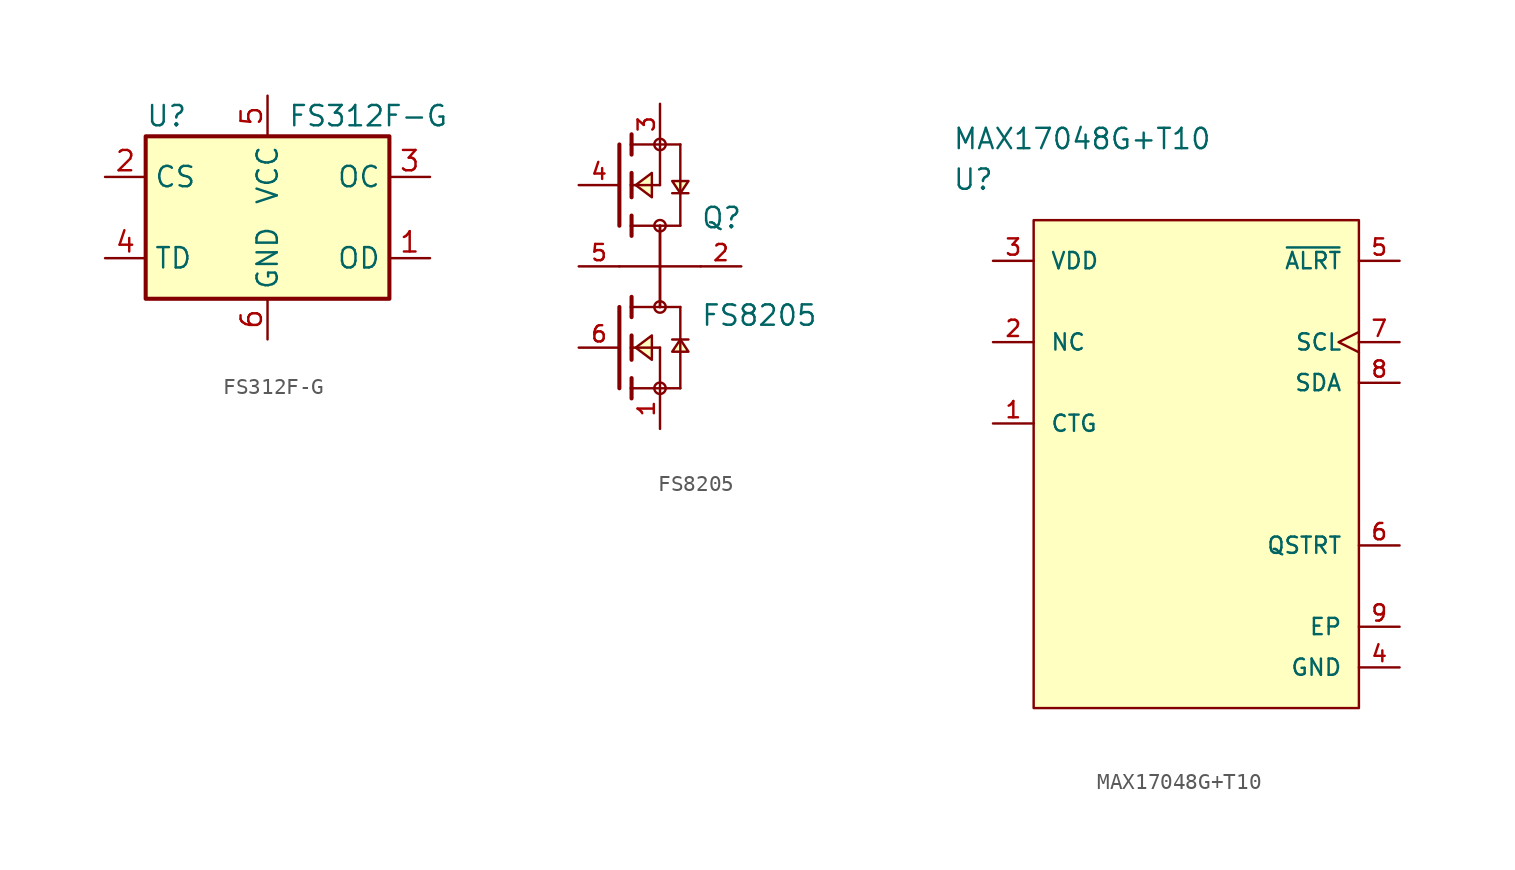
<source format=kicad_sym>
(kicad_symbol_lib
  (version 20220914)
  (generator kicad_symbol_editor)
  (symbol "FS312F-G"
    (property "Reference" "U"
      (at -7.62 6.35 0)
      (effects (font (size 1.27 1.27)) (justify left)))
    (property "Value" "FS312F-G"
      (at 1.27 6.35 0)
      (effects (font (size 1.27 1.27)) (justify left)))
    (symbol "FS312F-G_0_1"
      (rectangle (start -7.62 5.08) (end 7.62 -5.08) (stroke (width 0.254) (type default)) (fill (type background))))
    (symbol "FS312F-G_1_1"
      (pin output line (at 10.16 -2.54 180) (length 2.54) (name "OD" (effects (font (size 1.27 1.27)))) (number "1" (effects (font (size 1.27 1.27)))))
      (pin input line (at -10.16 2.54 0) (length 2.54) (name "CS" (effects (font (size 1.27 1.27)))) (number "2" (effects (font (size 1.27 1.27)))))
      (pin output line (at 10.16 2.54 180) (length 2.54) (name "OC" (effects (font (size 1.27 1.27)))) (number "3" (effects (font (size 1.27 1.27)))))
      (pin passive line (at -10.16 -2.54 0) (length 2.54) (name "TD" (effects (font (size 1.27 1.27)))) (number "4" (effects (font (size 1.27 1.27)))))
      (pin power_in line (at 0 7.62 270) (length 2.54) (name "VCC" (effects (font (size 1.27 1.27)))) (number "5" (effects (font (size 1.27 1.27)))))
      (pin power_in line (at 0 -7.62 90) (length 2.54) (name "GND" (effects (font (size 1.27 1.27)))) (number "6" (effects (font (size 1.27 1.27)))))))
  (symbol "FS8205"
    (pin_names
      (offset 1.016) hide)
    (property "Reference" "Q"
      (at 2.54 2.286 0)
      (effects (font (size 1.27 1.27)) (justify left bottom)))
    (property "Value" "FS8205"
      (at 2.54 -3.81 0)
      (effects (font (size 1.27 1.27)) (justify left bottom)))
    (symbol "FS8205_0_0"
      (circle (center 0 -7.62) (radius 0.356) (stroke (width 0) (type default)) (fill (type none)))
      (circle (center 0 -2.54) (radius 0.356) (stroke (width 0) (type default)) (fill (type none)))
      (polyline (pts (xy -2.54 -2.54) (xy -2.54 -7.62)) (stroke (width 0.254) (type default)) (fill (type none)))
      (polyline (pts (xy -2.54 0) (xy 0 0)) (stroke (width 0.152) (type default)) (fill (type none)))
      (polyline (pts (xy -2.54 2.54) (xy -2.54 7.62)) (stroke (width 0.254) (type default)) (fill (type none)))
      (polyline (pts (xy -1.778 -7.62) (xy -1.778 -8.255)) (stroke (width 0.254) (type default)) (fill (type none)))
      (polyline (pts (xy -1.778 -6.985) (xy -1.778 -7.62)) (stroke (width 0.254) (type default)) (fill (type none)))
      (polyline (pts (xy -1.778 -5.08) (xy -1.778 -5.842)) (stroke (width 0.254) (type default)) (fill (type none)))
      (polyline (pts (xy -1.778 -5.08) (xy 0 -5.08)) (stroke (width 0.152) (type default)) (fill (type none)))
      (polyline (pts (xy -1.778 -4.318) (xy -1.778 -5.08)) (stroke (width 0.254) (type default)) (fill (type none)))
      (polyline (pts (xy -1.778 -2.54) (xy -1.778 -3.175)) (stroke (width 0.254) (type default)) (fill (type none)))
      (polyline (pts (xy -1.778 -2.54) (xy 0 -2.54)) (stroke (width 0.152) (type default)) (fill (type none)))
      (polyline (pts (xy -1.778 -1.905) (xy -1.778 -2.54)) (stroke (width 0.254) (type default)) (fill (type none)))
      (polyline (pts (xy -1.778 1.905) (xy -1.778 2.54)) (stroke (width 0.254) (type default)) (fill (type none)))
      (polyline (pts (xy -1.778 2.54) (xy -1.778 3.175)) (stroke (width 0.254) (type default)) (fill (type none)))
      (polyline (pts (xy -1.778 2.54) (xy 0 2.54)) (stroke (width 0.152) (type default)) (fill (type none)))
      (polyline (pts (xy -1.778 4.318) (xy -1.778 5.08)) (stroke (width 0.254) (type default)) (fill (type none)))
      (polyline (pts (xy -1.778 5.08) (xy -1.778 5.842)) (stroke (width 0.254) (type default)) (fill (type none)))
      (polyline (pts (xy -1.778 5.08) (xy 0 5.08)) (stroke (width 0.152) (type default)) (fill (type none)))
      (polyline (pts (xy -1.778 6.985) (xy -1.778 7.62)) (stroke (width 0.254) (type default)) (fill (type none)))
      (polyline (pts (xy -1.778 7.62) (xy -1.778 8.255)) (stroke (width 0.254) (type default)) (fill (type none)))
      (polyline (pts (xy 0 -7.62) (xy -1.778 -7.62)) (stroke (width 0.152) (type default)) (fill (type none)))
      (polyline (pts (xy 0 -7.62) (xy 1.27 -7.62)) (stroke (width 0.152) (type default)) (fill (type none)))
      (polyline (pts (xy 0 -5.08) (xy 0 -7.62)) (stroke (width 0.152) (type default)) (fill (type none)))
      (polyline (pts (xy 0 -2.54) (xy 1.27 -2.54)) (stroke (width 0.152) (type default)) (fill (type none)))
      (polyline (pts (xy 0 0) (xy 0 -2.54)) (stroke (width 0.178) (type default)) (fill (type none)))
      (polyline (pts (xy 0 2.54) (xy 0 0)) (stroke (width 0.178) (type default)) (fill (type none)))
      (polyline (pts (xy 0 2.54) (xy 1.27 2.54)) (stroke (width 0.152) (type default)) (fill (type none)))
      (polyline (pts (xy 0 5.08) (xy 0 7.62)) (stroke (width 0.152) (type default)) (fill (type none)))
      (polyline (pts (xy 0 7.62) (xy -1.778 7.62)) (stroke (width 0.152) (type default)) (fill (type none)))
      (polyline (pts (xy 0 7.62) (xy 1.27 7.62)) (stroke (width 0.152) (type default)) (fill (type none)))
      (polyline (pts (xy 1.27 -4.572) (xy 0.762 -4.572)) (stroke (width 0.152) (type default)) (fill (type none)))
      (polyline (pts (xy 1.27 -4.572) (xy 1.27 -7.62)) (stroke (width 0.152) (type default)) (fill (type none)))
      (polyline (pts (xy 1.27 -2.54) (xy 1.27 -4.572)) (stroke (width 0.152) (type default)) (fill (type none)))
      (polyline (pts (xy 1.27 2.54) (xy 1.27 4.572)) (stroke (width 0.152) (type default)) (fill (type none)))
      (polyline (pts (xy 1.27 4.572) (xy 0.762 4.572)) (stroke (width 0.152) (type default)) (fill (type none)))
      (polyline (pts (xy 1.27 4.572) (xy 1.27 7.62)) (stroke (width 0.152) (type default)) (fill (type none)))
      (polyline (pts (xy 1.778 -4.572) (xy 1.27 -4.572)) (stroke (width 0.152) (type default)) (fill (type none)))
      (polyline (pts (xy 1.778 4.572) (xy 1.27 4.572)) (stroke (width 0.152) (type default)) (fill (type none)))
      (polyline (pts (xy -1.524 -5.08) (xy -0.508 -4.318) (xy -0.508 -5.842) (xy -1.524 -5.08)) (stroke (width 0.152) (type default)) (fill (type background)))
      (polyline (pts (xy -1.524 5.08) (xy -0.508 4.318) (xy -0.508 5.842) (xy -1.524 5.08)) (stroke (width 0.152) (type default)) (fill (type background)))
      (polyline (pts (xy 1.27 -4.572) (xy 0.762 -5.334) (xy 1.778 -5.334) (xy 1.27 -4.572)) (stroke (width 0.152) (type default)) (fill (type background)))
      (polyline (pts (xy 1.27 4.572) (xy 0.762 5.334) (xy 1.778 5.334) (xy 1.27 4.572)) (stroke (width 0.152) (type default)) (fill (type background)))
      (circle (center 0 2.54) (radius 0.356) (stroke (width 0) (type default)) (fill (type none)))
      (circle (center 0 7.62) (radius 0.356) (stroke (width 0) (type default)) (fill (type none)))
      (pin passive line (at 0 -10.16 90) (length 2.54) (name "~" (effects (font (size 1.016 1.016)))) (number "1" (effects (font (size 1.016 1.016)))))
      (pin passive line (at 5.08 0 180) (length 2.54) (name "~" (effects (font (size 1.016 1.016)))) (number "2" (effects (font (size 1.016 1.016)))))
      (pin passive line (at 0 10.16 270) (length 2.54) (name "~" (effects (font (size 1.016 1.016)))) (number "3" (effects (font (size 1.016 1.016)))))
      (pin passive line (at -5.08 5.08 0) (length 2.54) (name "~" (effects (font (size 1.016 1.016)))) (number "4" (effects (font (size 1.016 1.016)))))
      (pin passive line (at -5.08 0 0) (length 2.54) (name "~" (effects (font (size 1.016 1.016)))) (number "5" (effects (font (size 1.016 1.016)))))
      (pin passive line (at -5.08 -5.08 0) (length 2.54) (name "~" (effects (font (size 1.016 1.016)))) (number "6" (effects (font (size 1.016 1.016))))))
    (symbol "FS8205_0_1"
      (polyline (pts (xy 0 0) (xy 2.54 0)) (stroke (width 0) (type default)) (fill (type none)))))
  (symbol "MAX17048G+T10"
    (pin_names
      (offset 1.016))
    (property "Reference" "U"
      (at 0 5.08 0)
      (effects (font (size 1.27 1.27)) (justify left)))
    (property "Value" "MAX17048G+T10"
      (at 0 7.62 0)
      (effects (font (size 1.27 1.27)) (justify left)))
    (property "ki_locked" ""
      (at 0 0 0)
      (effects (font (size 1.27 1.27))))
    (symbol "MAX17048G+T10_1_1"
      (rectangle (start 5.08 2.54) (end 25.4 -27.94) (stroke (width 0) (type default)) (fill (type background)))
      (pin power_in line (at 2.54 -10.16 0) (length 2.54) (name "CTG" (effects (font (size 1.016 1.016)))) (number "1" (effects (font (size 1.016 1.016)))))
      (pin passive line (at 2.54 -5.08 0) (length 2.54) (name "NC" (effects (font (size 1.016 1.016)))) (number "2" (effects (font (size 1.016 1.016)))))
      (pin power_in line (at 2.54 0 0) (length 2.54) (name "VDD" (effects (font (size 1.016 1.016)))) (number "3" (effects (font (size 1.016 1.016)))))
      (pin power_in line (at 27.94 -25.4 180) (length 2.54) (name "GND" (effects (font (size 1.016 1.016)))) (number "4" (effects (font (size 1.016 1.016)))))
      (pin output line (at 27.94 0 180) (length 2.54) (name "~{ALRT}" (effects (font (size 1.016 1.016)))) (number "5" (effects (font (size 1.016 1.016)))))
      (pin input line (at 27.94 -17.78 180) (length 2.54) (name "QSTRT" (effects (font (size 1.016 1.016)))) (number "6" (effects (font (size 1.016 1.016)))))
      (pin input clock (at 27.94 -5.08 180) (length 2.54) (name "SCL" (effects (font (size 1.016 1.016)))) (number "7" (effects (font (size 1.016 1.016)))))
      (pin bidirectional line (at 27.94 -7.62 180) (length 2.54) (name "SDA" (effects (font (size 1.016 1.016)))) (number "8" (effects (font (size 1.016 1.016)))))
      (pin power_in line (at 27.94 -22.86 180) (length 2.54) (name "EP" (effects (font (size 1.016 1.016)))) (number "9" (effects (font (size 1.016 1.016))))))))
</source>
